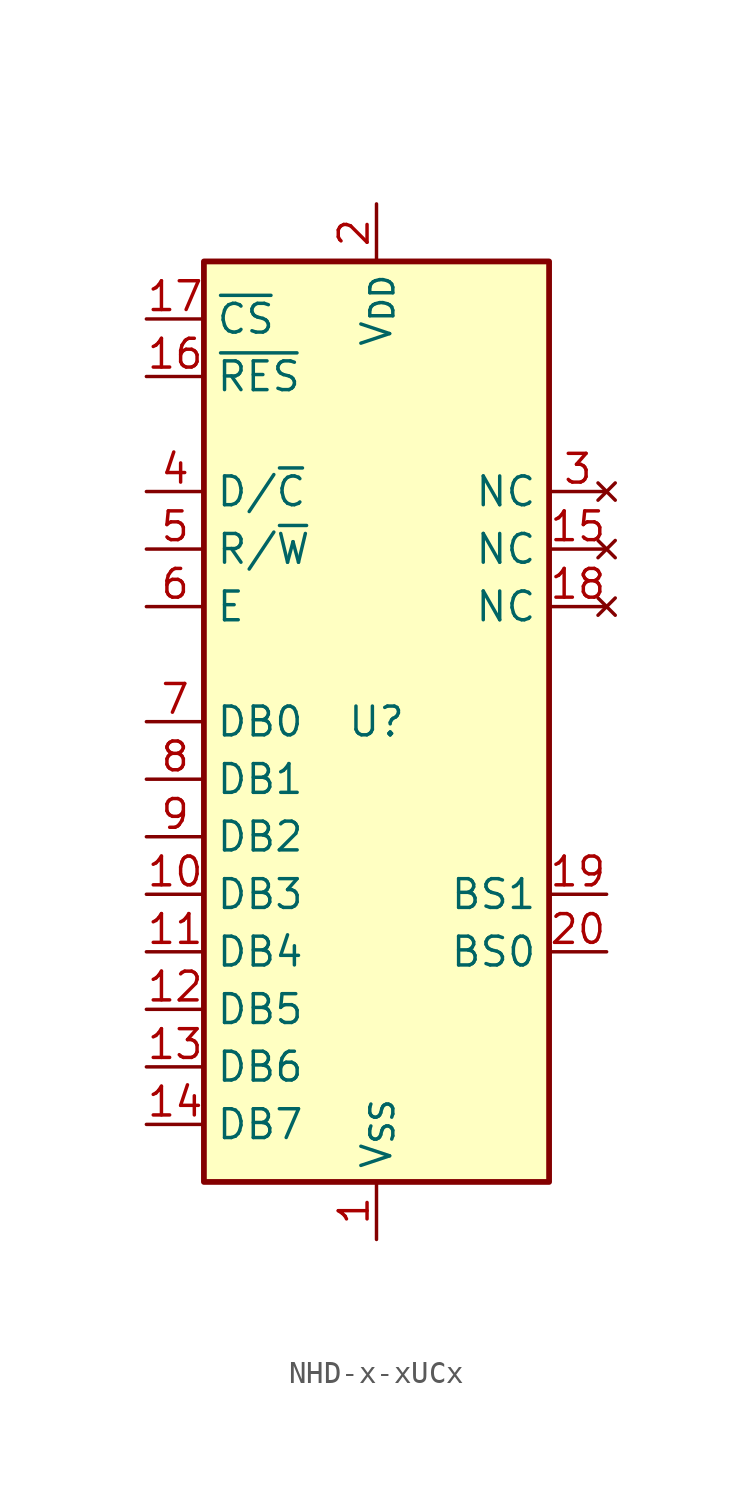
<source format=kicad_sym>
(kicad_symbol_lib
  (version 20241209)
  (generator "kicad_symbol_editor")
  (generator_version "9.0")
  (symbol "NHD-x-xUCx"
    (property "Reference" "U"
      (at 0 0 0)
      (effects (font (size 1.27 1.27))))
    (property "Value" ""
      (at 0 0 0)
      (effects (font (size 1.27 1.27))))
    (symbol "NHD-x-xUCx_0_1"
      (rectangle (start -7.62 20.32) (end 7.62 -20.32) (stroke (width 0.254) (type default)) (fill (type background))))
    (symbol "NHD-x-xUCx_1_1"
      (pin input line (at -10.16 17.78 0) (length 2.54) (name "~{CS}" (effects (font (size 1.27 1.27)))) (number "17" (effects (font (size 1.27 1.27)))))
      (pin input line (at -10.16 15.24 0) (length 2.54) (name "~{RES}" (effects (font (size 1.27 1.27)))) (number "16" (effects (font (size 1.27 1.27)))))
      (pin input line (at -10.16 10.16 0) (length 2.54) (name "D/~{C}" (effects (font (size 1.27 1.27)))) (number "4" (effects (font (size 1.27 1.27)))))
      (pin input line (at -10.16 7.62 0) (length 2.54) (name "R/~{W}" (effects (font (size 1.27 1.27)))) (number "5" (effects (font (size 1.27 1.27)))) (alternate "V_{SS}" power_in line) (alternate "~{W}" input line))
      (pin input line (at -10.16 5.08 0) (length 2.54) (name "E" (effects (font (size 1.27 1.27)))) (number "6" (effects (font (size 1.27 1.27)))) (alternate "V_{SS}" power_in line) (alternate "~{RD}" input line))
      (pin bidirectional line (at -10.16 0 0) (length 2.54) (name "DB0" (effects (font (size 1.27 1.27)))) (number "7" (effects (font (size 1.27 1.27)))) (alternate "SCLK" input line))
      (pin bidirectional line (at -10.16 -2.54 0) (length 2.54) (name "DB1" (effects (font (size 1.27 1.27)))) (number "8" (effects (font (size 1.27 1.27)))) (alternate "SDIN" bidirectional line))
      (pin bidirectional line (at -10.16 -5.08 0) (length 2.54) (name "DB2" (effects (font (size 1.27 1.27)))) (number "9" (effects (font (size 1.27 1.27)))) (alternate "NC" no_connect line))
      (pin bidirectional line (at -10.16 -7.62 0) (length 2.54) (name "DB3" (effects (font (size 1.27 1.27)))) (number "10" (effects (font (size 1.27 1.27)))) (alternate "V_{SS}" power_in line))
      (pin bidirectional line (at -10.16 -10.16 0) (length 2.54) (name "DB4" (effects (font (size 1.27 1.27)))) (number "11" (effects (font (size 1.27 1.27)))) (alternate "V_{SS}" power_in line))
      (pin bidirectional line (at -10.16 -12.7 0) (length 2.54) (name "DB5" (effects (font (size 1.27 1.27)))) (number "12" (effects (font (size 1.27 1.27)))) (alternate "V_{SS}" power_in line))
      (pin bidirectional line (at -10.16 -15.24 0) (length 2.54) (name "DB6" (effects (font (size 1.27 1.27)))) (number "13" (effects (font (size 1.27 1.27)))) (alternate "V_{SS}" power_in line))
      (pin bidirectional line (at -10.16 -17.78 0) (length 2.54) (name "DB7" (effects (font (size 1.27 1.27)))) (number "14" (effects (font (size 1.27 1.27)))) (alternate "V_{SS}" power_in line))
      (pin power_in line (at 0 22.86 270) (length 2.54) (name "V_{DD}" (effects (font (size 1.27 1.27)))) (number "2" (effects (font (size 1.27 1.27)))))
      (pin power_in line (at 0 -22.86 90) (length 2.54) (name "V_{SS}" (effects (font (size 1.27 1.27)))) (number "1" (effects (font (size 1.27 1.27)))))
      (pin no_connect line (at 10.16 10.16 180) (length 2.54) (name "NC" (effects (font (size 1.27 1.27)))) (number "3" (effects (font (size 1.27 1.27)))) (alternate "BC_V_{DD}" power_in line))
      (pin no_connect line (at 10.16 7.62 180) (length 2.54) (name "NC" (effects (font (size 1.27 1.27)))) (number "15" (effects (font (size 1.27 1.27)))) (alternate "V_{CC}" power_in line))
      (pin no_connect line (at 10.16 5.08 180) (length 2.54) (name "NC" (effects (font (size 1.27 1.27)))) (number "18" (effects (font (size 1.27 1.27)))) (alternate "G_V_{DD}" power_in line))
      (pin passive line (at 10.16 -7.62 180) (length 2.54) (name "BS1" (effects (font (size 1.27 1.27)))) (number "19" (effects (font (size 1.27 1.27)))))
      (pin passive line (at 10.16 -10.16 180) (length 2.54) (name "BS0" (effects (font (size 1.27 1.27)))) (number "20" (effects (font (size 1.27 1.27))))))))
</source>
